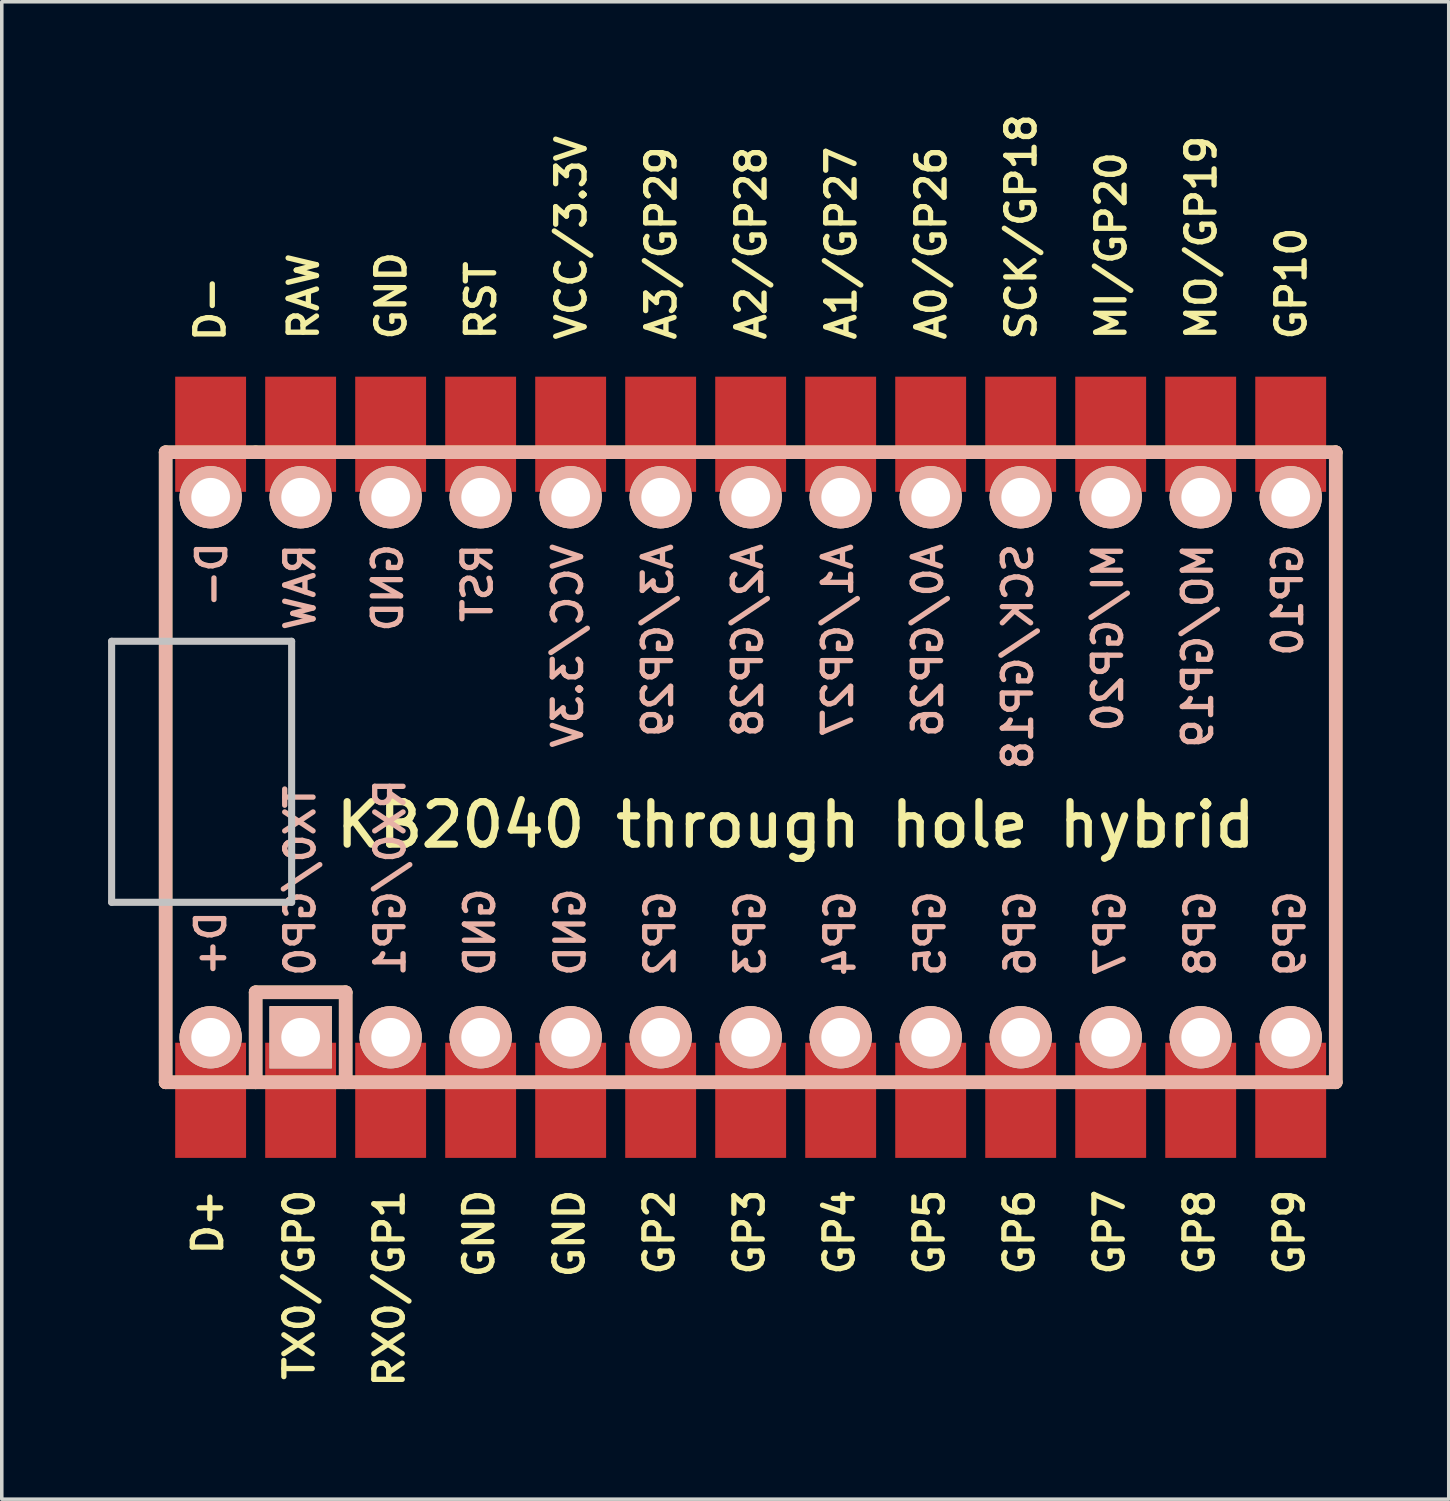
<source format=kicad_pcb>
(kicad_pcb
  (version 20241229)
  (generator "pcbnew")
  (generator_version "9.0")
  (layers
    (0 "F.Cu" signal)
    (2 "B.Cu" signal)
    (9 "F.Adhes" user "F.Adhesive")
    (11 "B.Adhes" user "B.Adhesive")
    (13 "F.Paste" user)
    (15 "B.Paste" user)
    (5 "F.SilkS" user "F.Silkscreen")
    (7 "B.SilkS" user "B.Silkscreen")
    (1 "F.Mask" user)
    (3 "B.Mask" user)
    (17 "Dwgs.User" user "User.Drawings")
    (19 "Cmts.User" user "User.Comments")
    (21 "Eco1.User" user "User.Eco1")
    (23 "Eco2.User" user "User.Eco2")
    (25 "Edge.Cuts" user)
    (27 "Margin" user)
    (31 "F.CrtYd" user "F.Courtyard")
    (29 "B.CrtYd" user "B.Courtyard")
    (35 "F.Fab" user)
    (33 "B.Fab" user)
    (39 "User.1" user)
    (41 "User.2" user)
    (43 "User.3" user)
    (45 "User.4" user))
  (footprint "KB2040 through hole hybrid"
    (layer "F.Cu")
    (at 19.404 18.603)
    (property "Reference" "KB2040 through hole hybrid" (at 0 1.625 0) (layer "F.SilkS") (effects (font (size 1.2 1.2) (thickness 0.203))))
    (attr through_hole)
    (fp_line (start -17.78 -8.89) (end -17.78 8.89) (stroke (width 0.381) (type solid)) (layer "F.SilkS"))
    (fp_line (start -17.78 8.89) (end -15.24 8.89) (stroke (width 0.381) (type solid)) (layer "F.SilkS"))
    (fp_line (start -15.24 -8.89) (end -17.78 -8.89) (stroke (width 0.381) (type solid)) (layer "F.SilkS"))
    (fp_line (start -15.24 6.35) (end -15.24 8.89) (stroke (width 0.381) (type solid)) (layer "F.SilkS"))
    (fp_line (start -15.24 6.35) (end -12.7 6.35) (stroke (width 0.381) (type solid)) (layer "F.SilkS"))
    (fp_line (start -15.24 8.89) (end 15.24 8.89) (stroke (width 0.381) (type solid)) (layer "F.SilkS"))
    (fp_line (start -12.7 6.35) (end -12.7 8.89) (stroke (width 0.381) (type solid)) (layer "F.SilkS"))
    (fp_line (start 15.24 -8.89) (end -15.24 -8.89) (stroke (width 0.381) (type solid)) (layer "F.SilkS"))
    (fp_line (start 15.24 8.89) (end 15.24 -8.89) (stroke (width 0.381) (type solid)) (layer "F.SilkS"))
    (fp_line (start -17.78 -8.89) (end -17.78 8.89) (stroke (width 0.381) (type solid)) (layer "B.SilkS"))
    (fp_line (start -17.78 8.89) (end 15.24 8.89) (stroke (width 0.381) (type solid)) (layer "B.SilkS"))
    (fp_line (start -15.24 6.35) (end -15.24 8.89) (stroke (width 0.381) (type solid)) (layer "B.SilkS"))
    (fp_line (start -12.7 6.35) (end -15.24 6.35) (stroke (width 0.381) (type solid)) (layer "B.SilkS"))
    (fp_line (start -12.7 6.35) (end -12.7 8.89) (stroke (width 0.381) (type solid)) (layer "B.SilkS"))
    (fp_line (start 15.24 -8.89) (end -17.78 -8.89) (stroke (width 0.381) (type solid)) (layer "B.SilkS"))
    (fp_line (start 15.24 8.89) (end 15.24 -8.89) (stroke (width 0.381) (type solid)) (layer "B.SilkS"))
    (fp_line (start -19.304 -3.556) (end -14.224 -3.556) (stroke (width 0.2) (type solid)) (layer "Dwgs.User"))
    (fp_line (start -19.304 3.81) (end -19.304 -3.556) (stroke (width 0.2) (type solid)) (layer "Dwgs.User"))
    (fp_line (start -14.224 -3.556) (end -14.224 3.81) (stroke (width 0.2) (type solid)) (layer "Dwgs.User"))
    (fp_line (start -14.224 3.81) (end -19.304 3.81) (stroke (width 0.2) (type solid)) (layer "Dwgs.User"))
    (fp_text user "GP10" (at 13.985 -11.989 90) (layer "F.SilkS") (effects (font (size 0.8 0.8) (thickness 0.15)) (justify left)))
    (fp_text user "GP3" (at -1.306 11.84 90) (layer "F.SilkS") (effects (font (size 0.8 0.8) (thickness 0.15)) (justify right)))
    (fp_text user "GP4" (at 1.234 11.84 90) (layer "F.SilkS") (effects (font (size 0.8 0.8) (thickness 0.15)) (justify right)))
    (fp_text user "A3/GP29" (at -3.795 -11.989 90) (layer "F.SilkS") (effects (font (size 0.8 0.8) (thickness 0.15)) (justify left)))
    (fp_text user "RST" (at -8.884 -11.989 90) (layer "F.SilkS") (effects (font (size 0.8 0.8) (thickness 0.15)) (justify left)))
    (fp_text user "RX0/GP1" (at -11.466 11.84 90) (layer "F.SilkS") (effects (font (size 0.8 0.8) (thickness 0.15)) (justify right)))
    (fp_text user "D+" (at -16.589 11.84 90) (layer "F.SilkS") (effects (font (size 0.8 0.8) (thickness 0.15)) (justify right)))
    (fp_text user "VCC/3.3V" (at -6.335 -11.989 90) (layer "F.SilkS") (effects (font (size 0.8 0.8) (thickness 0.15)) (justify left)))
    (fp_text user "GP7" (at 8.854 11.84 90) (layer "F.SilkS") (effects (font (size 0.8 0.8) (thickness 0.15)) (justify right)))
    (fp_text user "MI/GP20" (at 8.905 -11.989 90) (layer "F.SilkS") (effects (font (size 0.8 0.8) (thickness 0.15)) (justify left)))
    (fp_text user "GND" (at -6.386 11.84 90) (layer "F.SilkS") (effects (font (size 0.8 0.8) (thickness 0.15)) (justify right)))
    (fp_text user "SCK/GP18" (at 6.365 -11.989 90) (layer "F.SilkS") (effects (font (size 0.8 0.8) (thickness 0.15)) (justify left)))
    (fp_text user "RAW" (at -13.885 -11.989 90) (layer "F.SilkS") (effects (font (size 0.8 0.8) (thickness 0.15)) (justify left)))
    (fp_text user "D-" (at -16.521 -13.93 90) (layer "F.SilkS") (effects (font (size 0.8 0.8) (thickness 0.15)) (justify right)))
    (fp_text user "A2/GP28" (at -1.255 -11.989 90) (layer "F.SilkS") (effects (font (size 0.8 0.8) (thickness 0.15)) (justify left)))
    (fp_text user "GND" (at -11.415 -11.989 90) (layer "F.SilkS") (effects (font (size 0.8 0.8) (thickness 0.15)) (justify left)))
    (fp_text user "GND" (at -8.936 11.84 90) (layer "F.SilkS") (effects (font (size 0.8 0.8) (thickness 0.15)) (justify right)))
    (fp_text user "GP8" (at 11.394 11.84 90) (layer "F.SilkS") (effects (font (size 0.8 0.8) (thickness 0.15)) (justify right)))
    (fp_text user "GP9" (at 13.934 11.84 90) (layer "F.SilkS") (effects (font (size 0.8 0.8) (thickness 0.15)) (justify right)))
    (fp_text user "GP2" (at -3.846 11.84 90) (layer "F.SilkS") (effects (font (size 0.8 0.8) (thickness 0.15)) (justify right)))
    (fp_text user "GP6" (at 6.314 11.84 90) (layer "F.SilkS") (effects (font (size 0.8 0.8) (thickness 0.15)) (justify right)))
    (fp_text user "A1/GP27" (at 1.285 -11.989 90) (layer "F.SilkS") (effects (font (size 0.8 0.8) (thickness 0.15)) (justify left)))
    (fp_text user "TX0/GP0" (at -14.006 11.84 90) (layer "F.SilkS") (effects (font (size 0.8 0.8) (thickness 0.15)) (justify right)))
    (fp_text user "A0/GP26" (at 3.825 -11.989 90) (layer "F.SilkS") (effects (font (size 0.8 0.8) (thickness 0.15)) (justify left)))
    (fp_text user "GP5" (at 3.774 11.84 90) (layer "F.SilkS") (effects (font (size 0.8 0.8) (thickness 0.15)) (justify right)))
    (fp_text user "MO/GP19" (at 11.445 -11.989 90) (layer "F.SilkS") (effects (font (size 0.8 0.8) (thickness 0.15)) (justify left)))
    (fp_text user "RST" (at -8.981 -6.385 270) (layer "B.SilkS") (effects (font (size 0.8 0.8) (thickness 0.15)) (justify left mirror)))
    (fp_text user "MI/GP20" (at 8.808 -6.385 270) (layer "B.SilkS") (effects (font (size 0.8 0.8) (thickness 0.15)) (justify left mirror)))
    (fp_text user "GND" (at -11.512 -6.385 270) (layer "B.SilkS") (effects (font (size 0.8 0.8) (thickness 0.15)) (justify left mirror)))
    (fp_text user "SCK/GP18" (at 6.268 -6.385 270) (layer "B.SilkS") (effects (font (size 0.8 0.8) (thickness 0.15)) (justify left mirror)))
    (fp_text user "D+" (at -16.503 5.969 270) (layer "B.SilkS") (effects (font (size 0.8 0.8) (thickness 0.15)) (justify right mirror)))
    (fp_text user "MO/GP19" (at 11.348 -6.385 270) (layer "B.SilkS") (effects (font (size 0.8 0.8) (thickness 0.15)) (justify left mirror)))
    (fp_text user "D-" (at -16.474 -4.445 270) (layer "B.SilkS") (effects (font (size 0.8 0.8) (thickness 0.15)) (justify right mirror)))
    (fp_text user "VCC/3.3V" (at -6.432 -6.385 270) (layer "B.SilkS") (effects (font (size 0.8 0.8) (thickness 0.15)) (justify left mirror)))
    (fp_text user "RAW" (at -13.982 -6.385 270) (layer "B.SilkS") (effects (font (size 0.8 0.8) (thickness 0.15)) (justify left mirror)))
    (fp_text user "TX0/GP0" (at -13.982 5.969 270) (layer "B.SilkS") (effects (font (size 0.8 0.8) (thickness 0.15)) (justify right mirror)))
    (fp_text user "GP6" (at 6.338 5.969 270) (layer "B.SilkS") (effects (font (size 0.8 0.8) (thickness 0.15)) (justify right mirror)))
    (fp_text user "GND" (at -6.362 5.969 270) (layer "B.SilkS") (effects (font (size 0.8 0.8) (thickness 0.15)) (justify right mirror)))
    (fp_text user "A3/GP29" (at -3.892 -6.385 270) (layer "B.SilkS") (effects (font (size 0.8 0.8) (thickness 0.15)) (justify left mirror)))
    (fp_text user "GP2" (at -3.822 5.969 270) (layer "B.SilkS") (effects (font (size 0.8 0.8) (thickness 0.15)) (justify right mirror)))
    (fp_text user "GP10" (at 13.888 -6.385 270) (layer "B.SilkS") (effects (font (size 0.8 0.8) (thickness 0.15)) (justify left mirror)))
    (fp_text user "A2/GP28" (at -1.352 -6.385 270) (layer "B.SilkS") (effects (font (size 0.8 0.8) (thickness 0.15)) (justify left mirror)))
    (fp_text user "GP8" (at 11.418 5.969 270) (layer "B.SilkS") (effects (font (size 0.8 0.8) (thickness 0.15)) (justify right mirror)))
    (fp_text user "GP3" (at -1.282 5.969 270) (layer "B.SilkS") (effects (font (size 0.8 0.8) (thickness 0.15)) (justify right mirror)))
    (fp_text user "GP9" (at 13.958 5.969 270) (layer "B.SilkS") (effects (font (size 0.8 0.8) (thickness 0.15)) (justify right mirror)))
    (fp_text user "RX0/GP1" (at -11.442 5.969 270) (layer "B.SilkS") (effects (font (size 0.8 0.8) (thickness 0.15)) (justify right mirror)))
    (fp_text user "GP4" (at 1.258 5.969 270) (layer "B.SilkS") (effects (font (size 0.8 0.8) (thickness 0.15)) (justify right mirror)))
    (fp_text user "GND" (at -8.912 5.969 270) (layer "B.SilkS") (effects (font (size 0.8 0.8) (thickness 0.15)) (justify right mirror)))
    (fp_text user "GP5" (at 3.798 5.969 270) (layer "B.SilkS") (effects (font (size 0.8 0.8) (thickness 0.15)) (justify right mirror)))
    (fp_text user "A1/GP27" (at 1.188 -6.385 270) (layer "B.SilkS") (effects (font (size 0.8 0.8) (thickness 0.15)) (justify left mirror)))
    (fp_text user "GP7" (at 8.878 5.969 270) (layer "B.SilkS") (effects (font (size 0.8 0.8) (thickness 0.15)) (justify right mirror)))
    (fp_text user "A0/GP26" (at 3.728 -6.385 270) (layer "B.SilkS") (effects (font (size 0.8 0.8) (thickness 0.15)) (justify left mirror)))
    (pad "0" thru_hole circle (at -16.51 7.62) (size 1.753 1.753) (drill 1.092) (layers "*.Cu" "*.SilkS" "*.Mask"))
    (pad "0" smd rect (at -16.51 9.398) (size 2 3.25) (layers "F.Cu" "F.Mask" "F.Paste"))
    (pad "1" thru_hole rect (at -13.97 7.62) (size 1.753 1.753) (drill 1.092) (layers "*.Cu" "*.SilkS" "*.Mask"))
    (pad "1" smd rect (at -13.97 9.398) (size 2 3.25) (layers "F.Cu" "F.Mask" "F.Paste"))
    (pad "2" thru_hole circle (at -11.43 7.62) (size 1.753 1.753) (drill 1.092) (layers "*.Cu" "*.SilkS" "*.Mask"))
    (pad "2" smd rect (at -11.43 9.398) (size 2 3.25) (layers "F.Cu" "F.Mask" "F.Paste"))
    (pad "3" thru_hole circle (at -8.89 7.62) (size 1.753 1.753) (drill 1.092) (layers "*.Cu" "*.SilkS" "*.Mask"))
    (pad "3" smd rect (at -8.89 9.398) (size 2 3.25) (layers "F.Cu" "F.Mask" "F.Paste"))
    (pad "4" thru_hole circle (at -6.35 7.62) (size 1.753 1.753) (drill 1.092) (layers "*.Cu" "*.SilkS" "*.Mask"))
    (pad "4" smd rect (at -6.35 9.398) (size 2 3.25) (layers "F.Cu" "F.Mask" "F.Paste"))
    (pad "5" thru_hole circle (at -3.81 7.62) (size 1.753 1.753) (drill 1.092) (layers "*.Cu" "*.SilkS" "*.Mask"))
    (pad "5" smd rect (at -3.81 9.398) (size 2 3.25) (layers "F.Cu" "F.Mask" "F.Paste"))
    (pad "6" thru_hole circle (at -1.27 7.62) (size 1.753 1.753) (drill 1.092) (layers "*.Cu" "*.SilkS" "*.Mask"))
    (pad "6" smd rect (at -1.27 9.398) (size 2 3.25) (layers "F.Cu" "F.Mask" "F.Paste"))
    (pad "7" thru_hole circle (at 1.27 7.62) (size 1.753 1.753) (drill 1.092) (layers "*.Cu" "*.SilkS" "*.Mask"))
    (pad "7" smd rect (at 1.27 9.398) (size 2 3.25) (layers "F.Cu" "F.Mask" "F.Paste"))
    (pad "8" thru_hole circle (at 3.81 7.62) (size 1.753 1.753) (drill 1.092) (layers "*.Cu" "*.SilkS" "*.Mask"))
    (pad "8" smd rect (at 3.81 9.398) (size 2 3.25) (layers "F.Cu" "F.Mask" "F.Paste"))
    (pad "9" thru_hole circle (at 6.35 7.62) (size 1.753 1.753) (drill 1.092) (layers "*.Cu" "*.SilkS" "*.Mask"))
    (pad "9" smd rect (at 6.35 9.398) (size 2 3.25) (layers "F.Cu" "F.Mask" "F.Paste"))
    (pad "10" thru_hole circle (at 8.89 7.62) (size 1.753 1.753) (drill 1.092) (layers "*.Cu" "*.SilkS" "*.Mask"))
    (pad "10" smd rect (at 8.89 9.398) (size 2 3.25) (layers "F.Cu" "F.Mask" "F.Paste"))
    (pad "11" thru_hole circle (at 11.43 7.62) (size 1.753 1.753) (drill 1.092) (layers "*.Cu" "*.SilkS" "*.Mask"))
    (pad "11" smd rect (at 11.43 9.398) (size 2 3.25) (layers "F.Cu" "F.Mask" "F.Paste"))
    (pad "12" thru_hole circle (at 13.97 7.62) (size 1.753 1.753) (drill 1.092) (layers "*.Cu" "*.SilkS" "*.Mask"))
    (pad "12" smd rect (at 13.97 9.398) (size 2 3.25) (layers "F.Cu" "F.Mask" "F.Paste"))
    (pad "13" smd rect (at 13.97 -9.398) (size 2 3.25) (layers "F.Cu" "F.Mask" "F.Paste"))
    (pad "13" thru_hole circle (at 13.97 -7.62) (size 1.753 1.753) (drill 1.092) (layers "*.Cu" "*.SilkS" "*.Mask"))
    (pad "14" smd rect (at 11.43 -9.398) (size 2 3.25) (layers "F.Cu" "F.Mask" "F.Paste"))
    (pad "14" thru_hole circle (at 11.43 -7.62) (size 1.753 1.753) (drill 1.092) (layers "*.Cu" "*.SilkS" "*.Mask"))
    (pad "15" smd rect (at 8.89 -9.398) (size 2 3.25) (layers "F.Cu" "F.Mask" "F.Paste"))
    (pad "15" thru_hole circle (at 8.89 -7.62) (size 1.753 1.753) (drill 1.092) (layers "*.Cu" "*.SilkS" "*.Mask"))
    (pad "16" smd rect (at 6.35 -9.398) (size 2 3.25) (layers "F.Cu" "F.Mask" "F.Paste"))
    (pad "16" thru_hole circle (at 6.35 -7.62) (size 1.753 1.753) (drill 1.092) (layers "*.Cu" "*.SilkS" "*.Mask"))
    (pad "17" smd rect (at 3.81 -9.398) (size 2 3.25) (layers "F.Cu" "F.Mask" "F.Paste"))
    (pad "17" thru_hole circle (at 3.81 -7.62) (size 1.753 1.753) (drill 1.092) (layers "*.Cu" "*.SilkS" "*.Mask"))
    (pad "18" smd rect (at 1.27 -9.398) (size 2 3.25) (layers "F.Cu" "F.Mask" "F.Paste"))
    (pad "18" thru_hole circle (at 1.27 -7.62) (size 1.753 1.753) (drill 1.092) (layers "*.Cu" "*.SilkS" "*.Mask"))
    (pad "19" smd rect (at -1.27 -9.398) (size 2 3.25) (layers "F.Cu" "F.Mask" "F.Paste"))
    (pad "19" thru_hole circle (at -1.27 -7.62) (size 1.753 1.753) (drill 1.092) (layers "*.Cu" "*.SilkS" "*.Mask"))
    (pad "20" smd rect (at -3.81 -9.398) (size 2 3.25) (layers "F.Cu" "F.Mask" "F.Paste"))
    (pad "20" thru_hole circle (at -3.81 -7.62) (size 1.753 1.753) (drill 1.092) (layers "*.Cu" "*.SilkS" "*.Mask"))
    (pad "21" smd rect (at -6.35 -9.398) (size 2 3.25) (layers "F.Cu" "F.Mask" "F.Paste"))
    (pad "21" thru_hole circle (at -6.35 -7.62) (size 1.753 1.753) (drill 1.092) (layers "*.Cu" "*.SilkS" "*.Mask"))
    (pad "22" smd rect (at -8.89 -9.398) (size 2 3.25) (layers "F.Cu" "F.Mask" "F.Paste"))
    (pad "22" thru_hole circle (at -8.89 -7.62) (size 1.753 1.753) (drill 1.092) (layers "*.Cu" "*.SilkS" "*.Mask"))
    (pad "23" smd rect (at -11.43 -9.398) (size 2 3.25) (layers "F.Cu" "F.Mask" "F.Paste"))
    (pad "23" thru_hole circle (at -11.43 -7.62) (size 1.753 1.753) (drill 1.092) (layers "*.Cu" "*.SilkS" "*.Mask"))
    (pad "24" smd rect (at -13.97 -9.398) (size 2 3.25) (layers "F.Cu" "F.Mask" "F.Paste"))
    (pad "24" thru_hole circle (at -13.97 -7.62) (size 1.753 1.753) (drill 1.092) (layers "*.Cu" "*.SilkS" "*.Mask"))
    (pad "25" smd rect (at -16.51 -9.398) (size 2 3.25) (layers "F.Cu" "F.Mask" "F.Paste"))
    (pad "25" thru_hole circle (at -16.51 -7.62) (size 1.753 1.753) (drill 1.092) (layers "*.Cu" "*.SilkS" "*.Mask")))
  (gr_rect
    (start -3 -3)
    (end 37.834 39.257)
    (stroke (width 0.1) (type default))
    (fill no)
    (layer "Edge.Cuts")))
</source>
